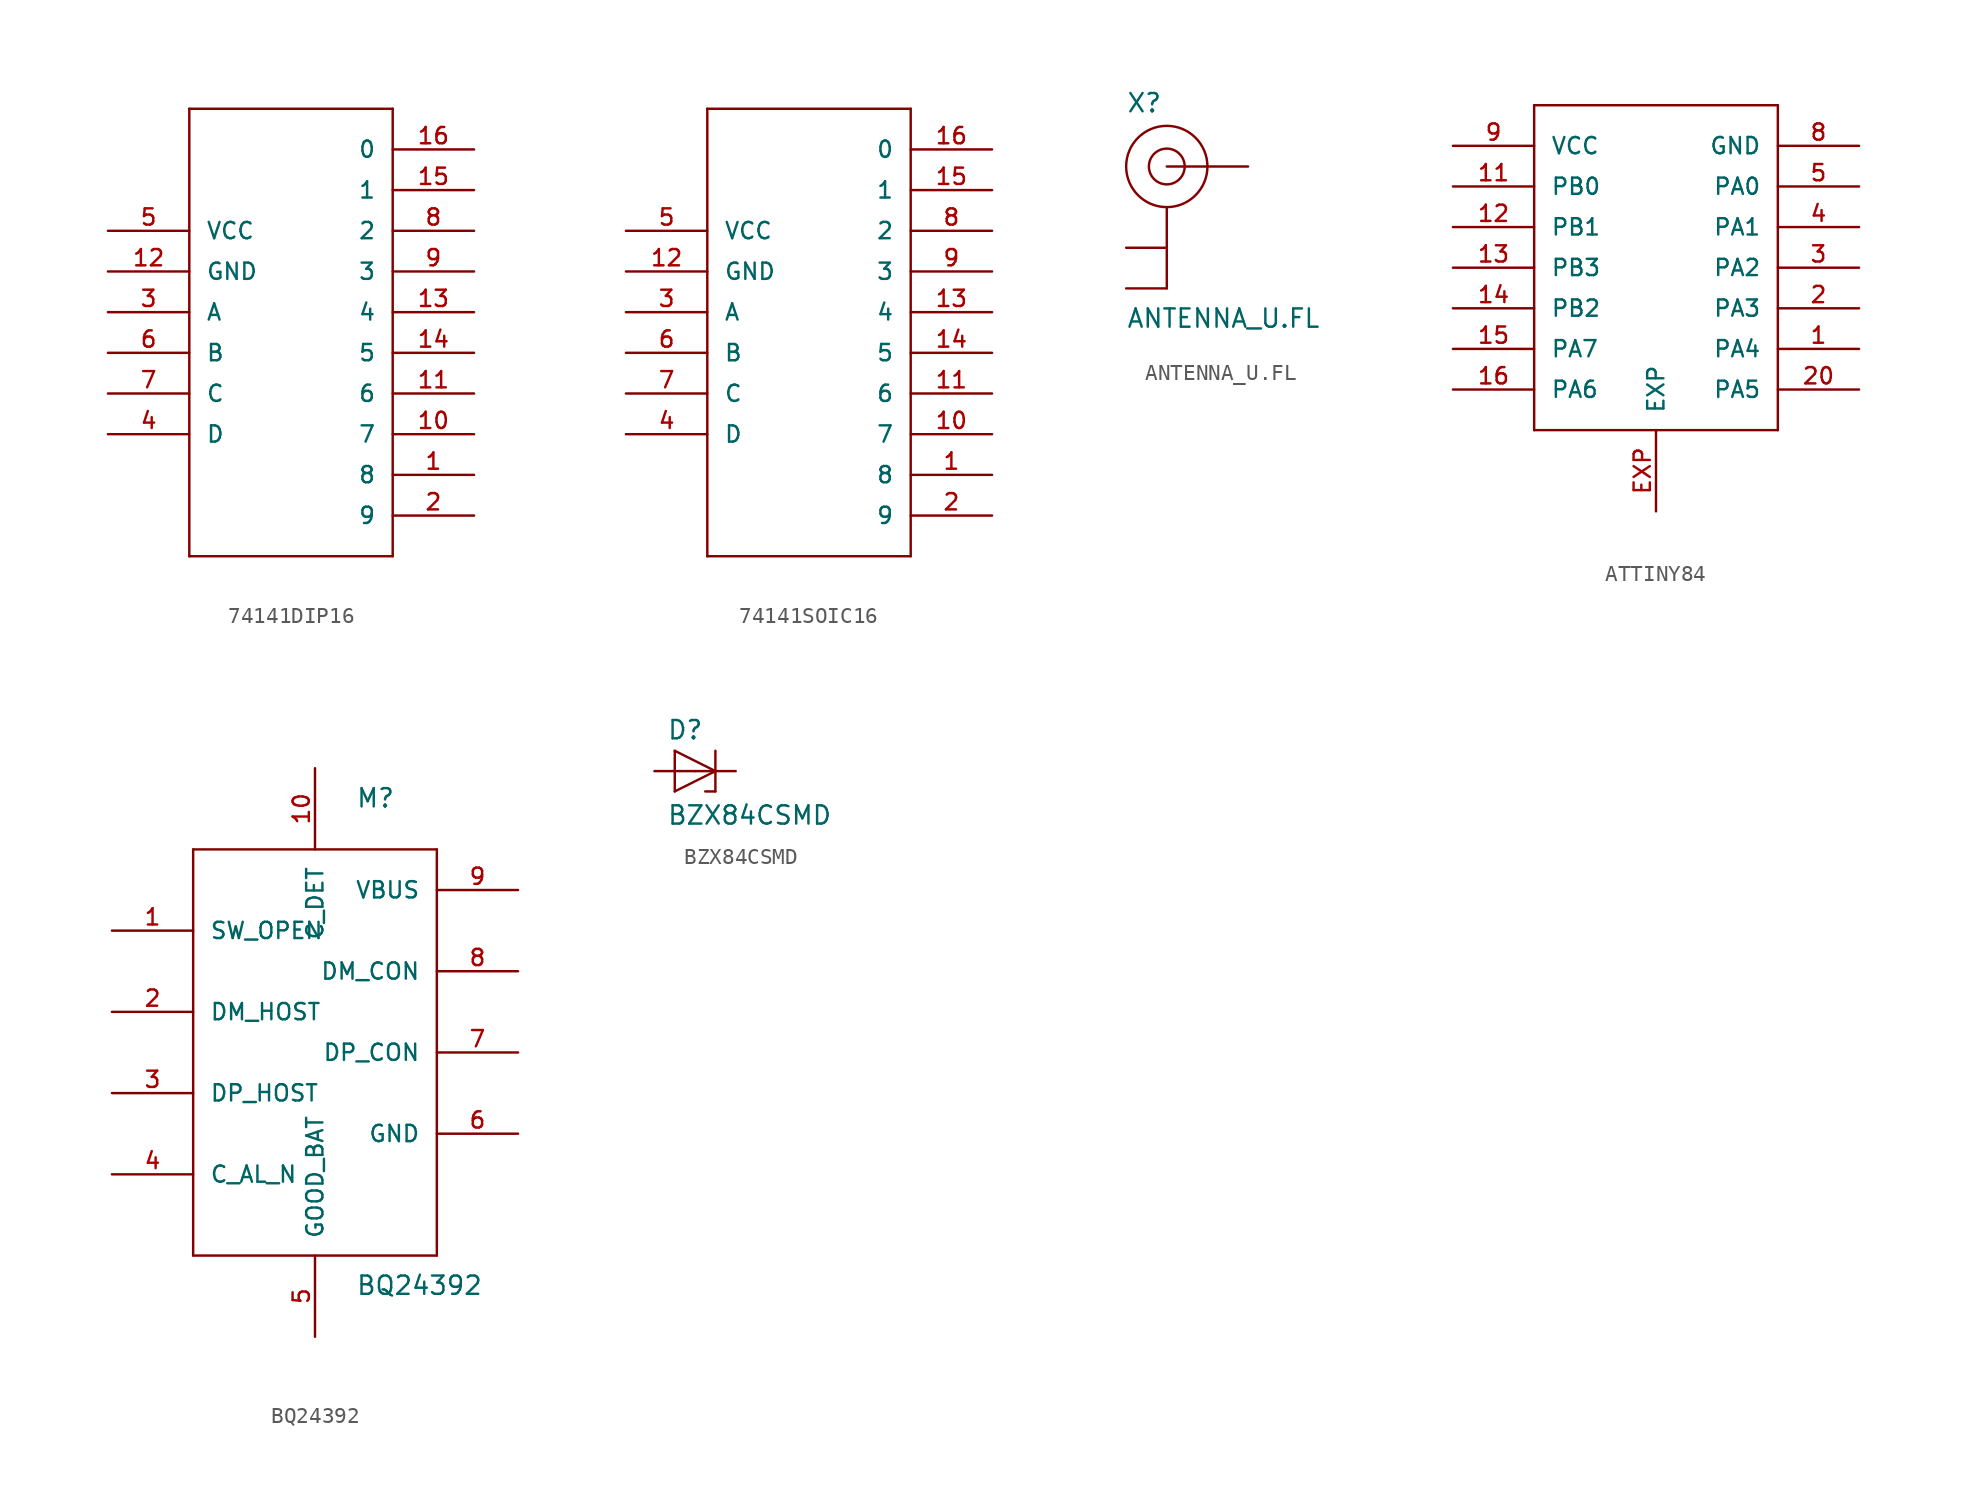
<source format=kicad_sym>
(kicad_symbol_lib
  (version 20211014)
  (generator kicad_symbol_editor)
  (symbol "74141DIP16"
    (pin_names
      (offset 1.016))
    (property "Reference" "M"
      (at 0 0 0)
      (effects (font (size 1.143 1.143)) hide))
    (property "ki_locked" ""
      (at 0 0 0)
      (effects (font (size 1.27 1.27))))
    (symbol "74141DIP16_1_0"
      (polyline (pts (xy -7.62 -12.7) (xy 5.08 -12.7)) (stroke (width 0) (type default) (color 0 0 0 0)) (fill (type none)))
      (polyline (pts (xy -7.62 15.24) (xy -7.62 -12.7)) (stroke (width 0) (type default) (color 0 0 0 0)) (fill (type none)))
      (polyline (pts (xy 5.08 -12.7) (xy 5.08 15.24)) (stroke (width 0) (type default) (color 0 0 0 0)) (fill (type none)))
      (polyline (pts (xy 5.08 15.24) (xy -7.62 15.24)) (stroke (width 0) (type default) (color 0 0 0 0)) (fill (type none))))
    (symbol "74141DIP16_1_1"
      (pin passive line (at 10.16 -7.62 180) (length 5.08) (name "8" (effects (font (size 1.016 1.016)))) (number "1" (effects (font (size 1.016 1.016)))))
      (pin passive line (at 10.16 -5.08 180) (length 5.08) (name "7" (effects (font (size 1.016 1.016)))) (number "10" (effects (font (size 1.016 1.016)))))
      (pin passive line (at 10.16 -2.54 180) (length 5.08) (name "6" (effects (font (size 1.016 1.016)))) (number "11" (effects (font (size 1.016 1.016)))))
      (pin power_in line (at -12.7 5.08 0) (length 5.08) (name "GND" (effects (font (size 1.016 1.016)))) (number "12" (effects (font (size 1.016 1.016)))))
      (pin passive line (at 10.16 2.54 180) (length 5.08) (name "4" (effects (font (size 1.016 1.016)))) (number "13" (effects (font (size 1.016 1.016)))))
      (pin passive line (at 10.16 0 180) (length 5.08) (name "5" (effects (font (size 1.016 1.016)))) (number "14" (effects (font (size 1.016 1.016)))))
      (pin passive line (at 10.16 10.16 180) (length 5.08) (name "1" (effects (font (size 1.016 1.016)))) (number "15" (effects (font (size 1.016 1.016)))))
      (pin passive line (at 10.16 12.7 180) (length 5.08) (name "0" (effects (font (size 1.016 1.016)))) (number "16" (effects (font (size 1.016 1.016)))))
      (pin passive line (at 10.16 -10.16 180) (length 5.08) (name "9" (effects (font (size 1.016 1.016)))) (number "2" (effects (font (size 1.016 1.016)))))
      (pin passive line (at -12.7 2.54 0) (length 5.08) (name "A" (effects (font (size 1.016 1.016)))) (number "3" (effects (font (size 1.016 1.016)))))
      (pin passive line (at -12.7 -5.08 0) (length 5.08) (name "D" (effects (font (size 1.016 1.016)))) (number "4" (effects (font (size 1.016 1.016)))))
      (pin power_in line (at -12.7 7.62 0) (length 5.08) (name "VCC" (effects (font (size 1.016 1.016)))) (number "5" (effects (font (size 1.016 1.016)))))
      (pin passive line (at -12.7 0 0) (length 5.08) (name "B" (effects (font (size 1.016 1.016)))) (number "6" (effects (font (size 1.016 1.016)))))
      (pin passive line (at -12.7 -2.54 0) (length 5.08) (name "C" (effects (font (size 1.016 1.016)))) (number "7" (effects (font (size 1.016 1.016)))))
      (pin passive line (at 10.16 7.62 180) (length 5.08) (name "2" (effects (font (size 1.016 1.016)))) (number "8" (effects (font (size 1.016 1.016)))))
      (pin passive line (at 10.16 5.08 180) (length 5.08) (name "3" (effects (font (size 1.016 1.016)))) (number "9" (effects (font (size 1.016 1.016)))))))
  (symbol "74141SOIC16"
    (pin_names
      (offset 1.016))
    (property "Reference" "M"
      (at 0 0 0)
      (effects (font (size 1.143 1.143)) hide))
    (property "ki_locked" ""
      (at 0 0 0)
      (effects (font (size 1.27 1.27))))
    (symbol "74141SOIC16_1_0"
      (polyline (pts (xy -7.62 -12.7) (xy 5.08 -12.7)) (stroke (width 0) (type default) (color 0 0 0 0)) (fill (type none)))
      (polyline (pts (xy -7.62 15.24) (xy -7.62 -12.7)) (stroke (width 0) (type default) (color 0 0 0 0)) (fill (type none)))
      (polyline (pts (xy 5.08 -12.7) (xy 5.08 15.24)) (stroke (width 0) (type default) (color 0 0 0 0)) (fill (type none)))
      (polyline (pts (xy 5.08 15.24) (xy -7.62 15.24)) (stroke (width 0) (type default) (color 0 0 0 0)) (fill (type none))))
    (symbol "74141SOIC16_1_1"
      (pin passive line (at 10.16 -7.62 180) (length 5.08) (name "8" (effects (font (size 1.016 1.016)))) (number "1" (effects (font (size 1.016 1.016)))))
      (pin passive line (at 10.16 -5.08 180) (length 5.08) (name "7" (effects (font (size 1.016 1.016)))) (number "10" (effects (font (size 1.016 1.016)))))
      (pin passive line (at 10.16 -2.54 180) (length 5.08) (name "6" (effects (font (size 1.016 1.016)))) (number "11" (effects (font (size 1.016 1.016)))))
      (pin power_in line (at -12.7 5.08 0) (length 5.08) (name "GND" (effects (font (size 1.016 1.016)))) (number "12" (effects (font (size 1.016 1.016)))))
      (pin passive line (at 10.16 2.54 180) (length 5.08) (name "4" (effects (font (size 1.016 1.016)))) (number "13" (effects (font (size 1.016 1.016)))))
      (pin passive line (at 10.16 0 180) (length 5.08) (name "5" (effects (font (size 1.016 1.016)))) (number "14" (effects (font (size 1.016 1.016)))))
      (pin passive line (at 10.16 10.16 180) (length 5.08) (name "1" (effects (font (size 1.016 1.016)))) (number "15" (effects (font (size 1.016 1.016)))))
      (pin passive line (at 10.16 12.7 180) (length 5.08) (name "0" (effects (font (size 1.016 1.016)))) (number "16" (effects (font (size 1.016 1.016)))))
      (pin passive line (at 10.16 -10.16 180) (length 5.08) (name "9" (effects (font (size 1.016 1.016)))) (number "2" (effects (font (size 1.016 1.016)))))
      (pin passive line (at -12.7 2.54 0) (length 5.08) (name "A" (effects (font (size 1.016 1.016)))) (number "3" (effects (font (size 1.016 1.016)))))
      (pin passive line (at -12.7 -5.08 0) (length 5.08) (name "D" (effects (font (size 1.016 1.016)))) (number "4" (effects (font (size 1.016 1.016)))))
      (pin power_in line (at -12.7 7.62 0) (length 5.08) (name "VCC" (effects (font (size 1.016 1.016)))) (number "5" (effects (font (size 1.016 1.016)))))
      (pin passive line (at -12.7 0 0) (length 5.08) (name "B" (effects (font (size 1.016 1.016)))) (number "6" (effects (font (size 1.016 1.016)))))
      (pin passive line (at -12.7 -2.54 0) (length 5.08) (name "C" (effects (font (size 1.016 1.016)))) (number "7" (effects (font (size 1.016 1.016)))))
      (pin passive line (at 10.16 7.62 180) (length 5.08) (name "2" (effects (font (size 1.016 1.016)))) (number "8" (effects (font (size 1.016 1.016)))))
      (pin passive line (at 10.16 5.08 180) (length 5.08) (name "3" (effects (font (size 1.016 1.016)))) (number "9" (effects (font (size 1.016 1.016)))))))
  (symbol "ANTENNA_U.FL"
    (pin_numbers hide)
    (pin_names
      (offset 1.016) hide)
    (property "Reference" "X"
      (at -2.54 3.302 0)
      (effects (font (size 1.143 1.143)) (justify left bottom)))
    (property "Value" "ANTENNA_U.FL"
      (at -2.54 -10.16 0)
      (effects (font (size 1.143 1.143)) (justify left bottom)))
    (property "ki_locked" ""
      (at 0 0 0)
      (effects (font (size 1.27 1.27))))
    (symbol "ANTENNA_U.FL_1_0"
      (polyline (pts (xy 0 -2.54) (xy 0 -7.62)) (stroke (width 0) (type default) (color 0 0 0 0)) (fill (type none))))
    (symbol "ANTENNA_U.FL_1_1"
      (circle (center 0 0) (radius 1.118) (stroke (width 0) (type default) (color 0 0 0 0)) (fill (type none)))
      (circle (center 0 0) (radius 2.54) (stroke (width 0) (type default) (color 0 0 0 0)) (fill (type none)))
      (pin passive line (at -2.54 -5.08 0) (length 2.54) (name "GND" (effects (font (size 1.016 1.016)))) (number "1" (effects (font (size 1.016 1.016)))))
      (pin passive line (at -2.54 -7.62 0) (length 2.54) (name "GND" (effects (font (size 1.016 1.016)))) (number "2" (effects (font (size 1.016 1.016)))))
      (pin passive line (at 5.08 0 180) (length 5.08) (name "SIGNAL" (effects (font (size 1.016 1.016)))) (number "3" (effects (font (size 1.016 1.016)))))))
  (symbol "ATTINY84"
    (pin_names
      (offset 1.016))
    (property "Reference" "M"
      (at 0 0 0)
      (effects (font (size 1.143 1.143)) hide))
    (property "ki_locked" ""
      (at 0 0 0)
      (effects (font (size 1.27 1.27))))
    (symbol "ATTINY84_1_0"
      (polyline (pts (xy -7.62 -10.16) (xy -7.62 10.16)) (stroke (width 0) (type default) (color 0 0 0 0)) (fill (type none)))
      (polyline (pts (xy -7.62 10.16) (xy 7.62 10.16)) (stroke (width 0) (type default) (color 0 0 0 0)) (fill (type none)))
      (polyline (pts (xy 7.62 -10.16) (xy -7.62 -10.16)) (stroke (width 0) (type default) (color 0 0 0 0)) (fill (type none)))
      (polyline (pts (xy 7.62 10.16) (xy 7.62 -10.16)) (stroke (width 0) (type default) (color 0 0 0 0)) (fill (type none))))
    (symbol "ATTINY84_1_1"
      (pin passive line (at 12.7 -5.08 180) (length 5.08) (name "PA4" (effects (font (size 1.016 1.016)))) (number "1" (effects (font (size 1.016 1.016)))))
      (pin passive line (at -12.7 5.08 0) (length 5.08) (name "PB0" (effects (font (size 1.016 1.016)))) (number "11" (effects (font (size 1.016 1.016)))))
      (pin passive line (at -12.7 2.54 0) (length 5.08) (name "PB1" (effects (font (size 1.016 1.016)))) (number "12" (effects (font (size 1.016 1.016)))))
      (pin passive line (at -12.7 0 0) (length 5.08) (name "PB3" (effects (font (size 1.016 1.016)))) (number "13" (effects (font (size 1.016 1.016)))))
      (pin passive line (at -12.7 -2.54 0) (length 5.08) (name "PB2" (effects (font (size 1.016 1.016)))) (number "14" (effects (font (size 1.016 1.016)))))
      (pin passive line (at -12.7 -5.08 0) (length 5.08) (name "PA7" (effects (font (size 1.016 1.016)))) (number "15" (effects (font (size 1.016 1.016)))))
      (pin passive line (at -12.7 -7.62 0) (length 5.08) (name "PA6" (effects (font (size 1.016 1.016)))) (number "16" (effects (font (size 1.016 1.016)))))
      (pin passive line (at 12.7 -2.54 180) (length 5.08) (name "PA3" (effects (font (size 1.016 1.016)))) (number "2" (effects (font (size 1.016 1.016)))))
      (pin passive line (at 12.7 -7.62 180) (length 5.08) (name "PA5" (effects (font (size 1.016 1.016)))) (number "20" (effects (font (size 1.016 1.016)))))
      (pin passive line (at 12.7 0 180) (length 5.08) (name "PA2" (effects (font (size 1.016 1.016)))) (number "3" (effects (font (size 1.016 1.016)))))
      (pin passive line (at 12.7 2.54 180) (length 5.08) (name "PA1" (effects (font (size 1.016 1.016)))) (number "4" (effects (font (size 1.016 1.016)))))
      (pin passive line (at 12.7 5.08 180) (length 5.08) (name "PA0" (effects (font (size 1.016 1.016)))) (number "5" (effects (font (size 1.016 1.016)))))
      (pin power_in line (at 12.7 7.62 180) (length 5.08) (name "GND" (effects (font (size 1.016 1.016)))) (number "8" (effects (font (size 1.016 1.016)))))
      (pin power_in line (at -12.7 7.62 0) (length 5.08) (name "VCC" (effects (font (size 1.016 1.016)))) (number "9" (effects (font (size 1.016 1.016)))))
      (pin power_in line (at 0 -15.24 90) (length 5.08) (name "EXP" (effects (font (size 1.016 1.016)))) (number "EXP" (effects (font (size 1.016 1.016)))))))
  (symbol "BQ24392"
    (pin_names
      (offset 1.016))
    (property "Reference" "M"
      (at 2.54 17.78 0)
      (effects (font (size 1.143 1.143)) (justify left bottom)))
    (property "Value" "BQ24392"
      (at 2.54 -12.7 0)
      (effects (font (size 1.143 1.143)) (justify left bottom)))
    (property "ki_locked" ""
      (at 0 0 0)
      (effects (font (size 1.27 1.27))))
    (symbol "BQ24392_1_0"
      (polyline (pts (xy -7.62 -10.16) (xy 7.62 -10.16)) (stroke (width 0) (type default) (color 0 0 0 0)) (fill (type none)))
      (polyline (pts (xy -7.62 15.24) (xy -7.62 -10.16)) (stroke (width 0) (type default) (color 0 0 0 0)) (fill (type none)))
      (polyline (pts (xy 7.62 -10.16) (xy 7.62 15.24)) (stroke (width 0) (type default) (color 0 0 0 0)) (fill (type none)))
      (polyline (pts (xy 7.62 15.24) (xy -7.62 15.24)) (stroke (width 0) (type default) (color 0 0 0 0)) (fill (type none))))
    (symbol "BQ24392_1_1"
      (pin passive line (at -12.7 10.16 0) (length 5.08) (name "SW_OPEN" (effects (font (size 1.016 1.016)))) (number "1" (effects (font (size 1.016 1.016)))))
      (pin passive line (at 0 20.32 270) (length 5.08) (name "C_DET" (effects (font (size 1.016 1.016)))) (number "10" (effects (font (size 1.016 1.016)))))
      (pin passive line (at -12.7 5.08 0) (length 5.08) (name "DM_HOST" (effects (font (size 1.016 1.016)))) (number "2" (effects (font (size 1.016 1.016)))))
      (pin passive line (at -12.7 0 0) (length 5.08) (name "DP_HOST" (effects (font (size 1.016 1.016)))) (number "3" (effects (font (size 1.016 1.016)))))
      (pin passive line (at -12.7 -5.08 0) (length 5.08) (name "C_AL_N" (effects (font (size 1.016 1.016)))) (number "4" (effects (font (size 1.016 1.016)))))
      (pin passive line (at 0 -15.24 90) (length 5.08) (name "GOOD_BAT" (effects (font (size 1.016 1.016)))) (number "5" (effects (font (size 1.016 1.016)))))
      (pin power_in line (at 12.7 -2.54 180) (length 5.08) (name "GND" (effects (font (size 1.016 1.016)))) (number "6" (effects (font (size 1.016 1.016)))))
      (pin passive line (at 12.7 2.54 180) (length 5.08) (name "DP_CON" (effects (font (size 1.016 1.016)))) (number "7" (effects (font (size 1.016 1.016)))))
      (pin passive line (at 12.7 7.62 180) (length 5.08) (name "DM_CON" (effects (font (size 1.016 1.016)))) (number "8" (effects (font (size 1.016 1.016)))))
      (pin power_in line (at 12.7 12.7 180) (length 5.08) (name "VBUS" (effects (font (size 1.016 1.016)))) (number "9" (effects (font (size 1.016 1.016)))))))
  (symbol "BZX84CSMD"
    (pin_numbers hide)
    (pin_names
      (offset 1.016) hide)
    (property "Reference" "D"
      (at -1.778 1.905 0)
      (effects (font (size 1.143 1.143)) (justify left bottom)))
    (property "Value" "BZX84CSMD"
      (at -1.778 -3.429 0)
      (effects (font (size 1.143 1.143)) (justify left bottom)))
    (property "ki_locked" ""
      (at 0 0 0)
      (effects (font (size 1.27 1.27))))
    (symbol "BZX84CSMD_1_0"
      (polyline (pts (xy -1.27 -1.27) (xy 1.27 0)) (stroke (width 0) (type default) (color 0 0 0 0)) (fill (type none)))
      (polyline (pts (xy -1.27 1.27) (xy -1.27 -1.27)) (stroke (width 0) (type default) (color 0 0 0 0)) (fill (type none)))
      (polyline (pts (xy 1.27 -1.27) (xy 0.635 -1.27)) (stroke (width 0) (type default) (color 0 0 0 0)) (fill (type none)))
      (polyline (pts (xy 1.27 0) (xy -1.27 1.27)) (stroke (width 0) (type default) (color 0 0 0 0)) (fill (type none)))
      (polyline (pts (xy 1.27 0) (xy 1.27 -1.27)) (stroke (width 0) (type default) (color 0 0 0 0)) (fill (type none)))
      (polyline (pts (xy 1.27 1.27) (xy 1.27 0)) (stroke (width 0) (type default) (color 0 0 0 0)) (fill (type none))))
    (symbol "BZX84CSMD_1_1"
      (pin passive line (at -2.54 0 0) (length 2.54) (name "A" (effects (font (size 1.016 1.016)))) (number "A" (effects (font (size 1.016 1.016)))))
      (pin passive line (at 2.54 0 180) (length 2.54) (name "C" (effects (font (size 1.016 1.016)))) (number "C" (effects (font (size 1.016 1.016))))))))
</source>
